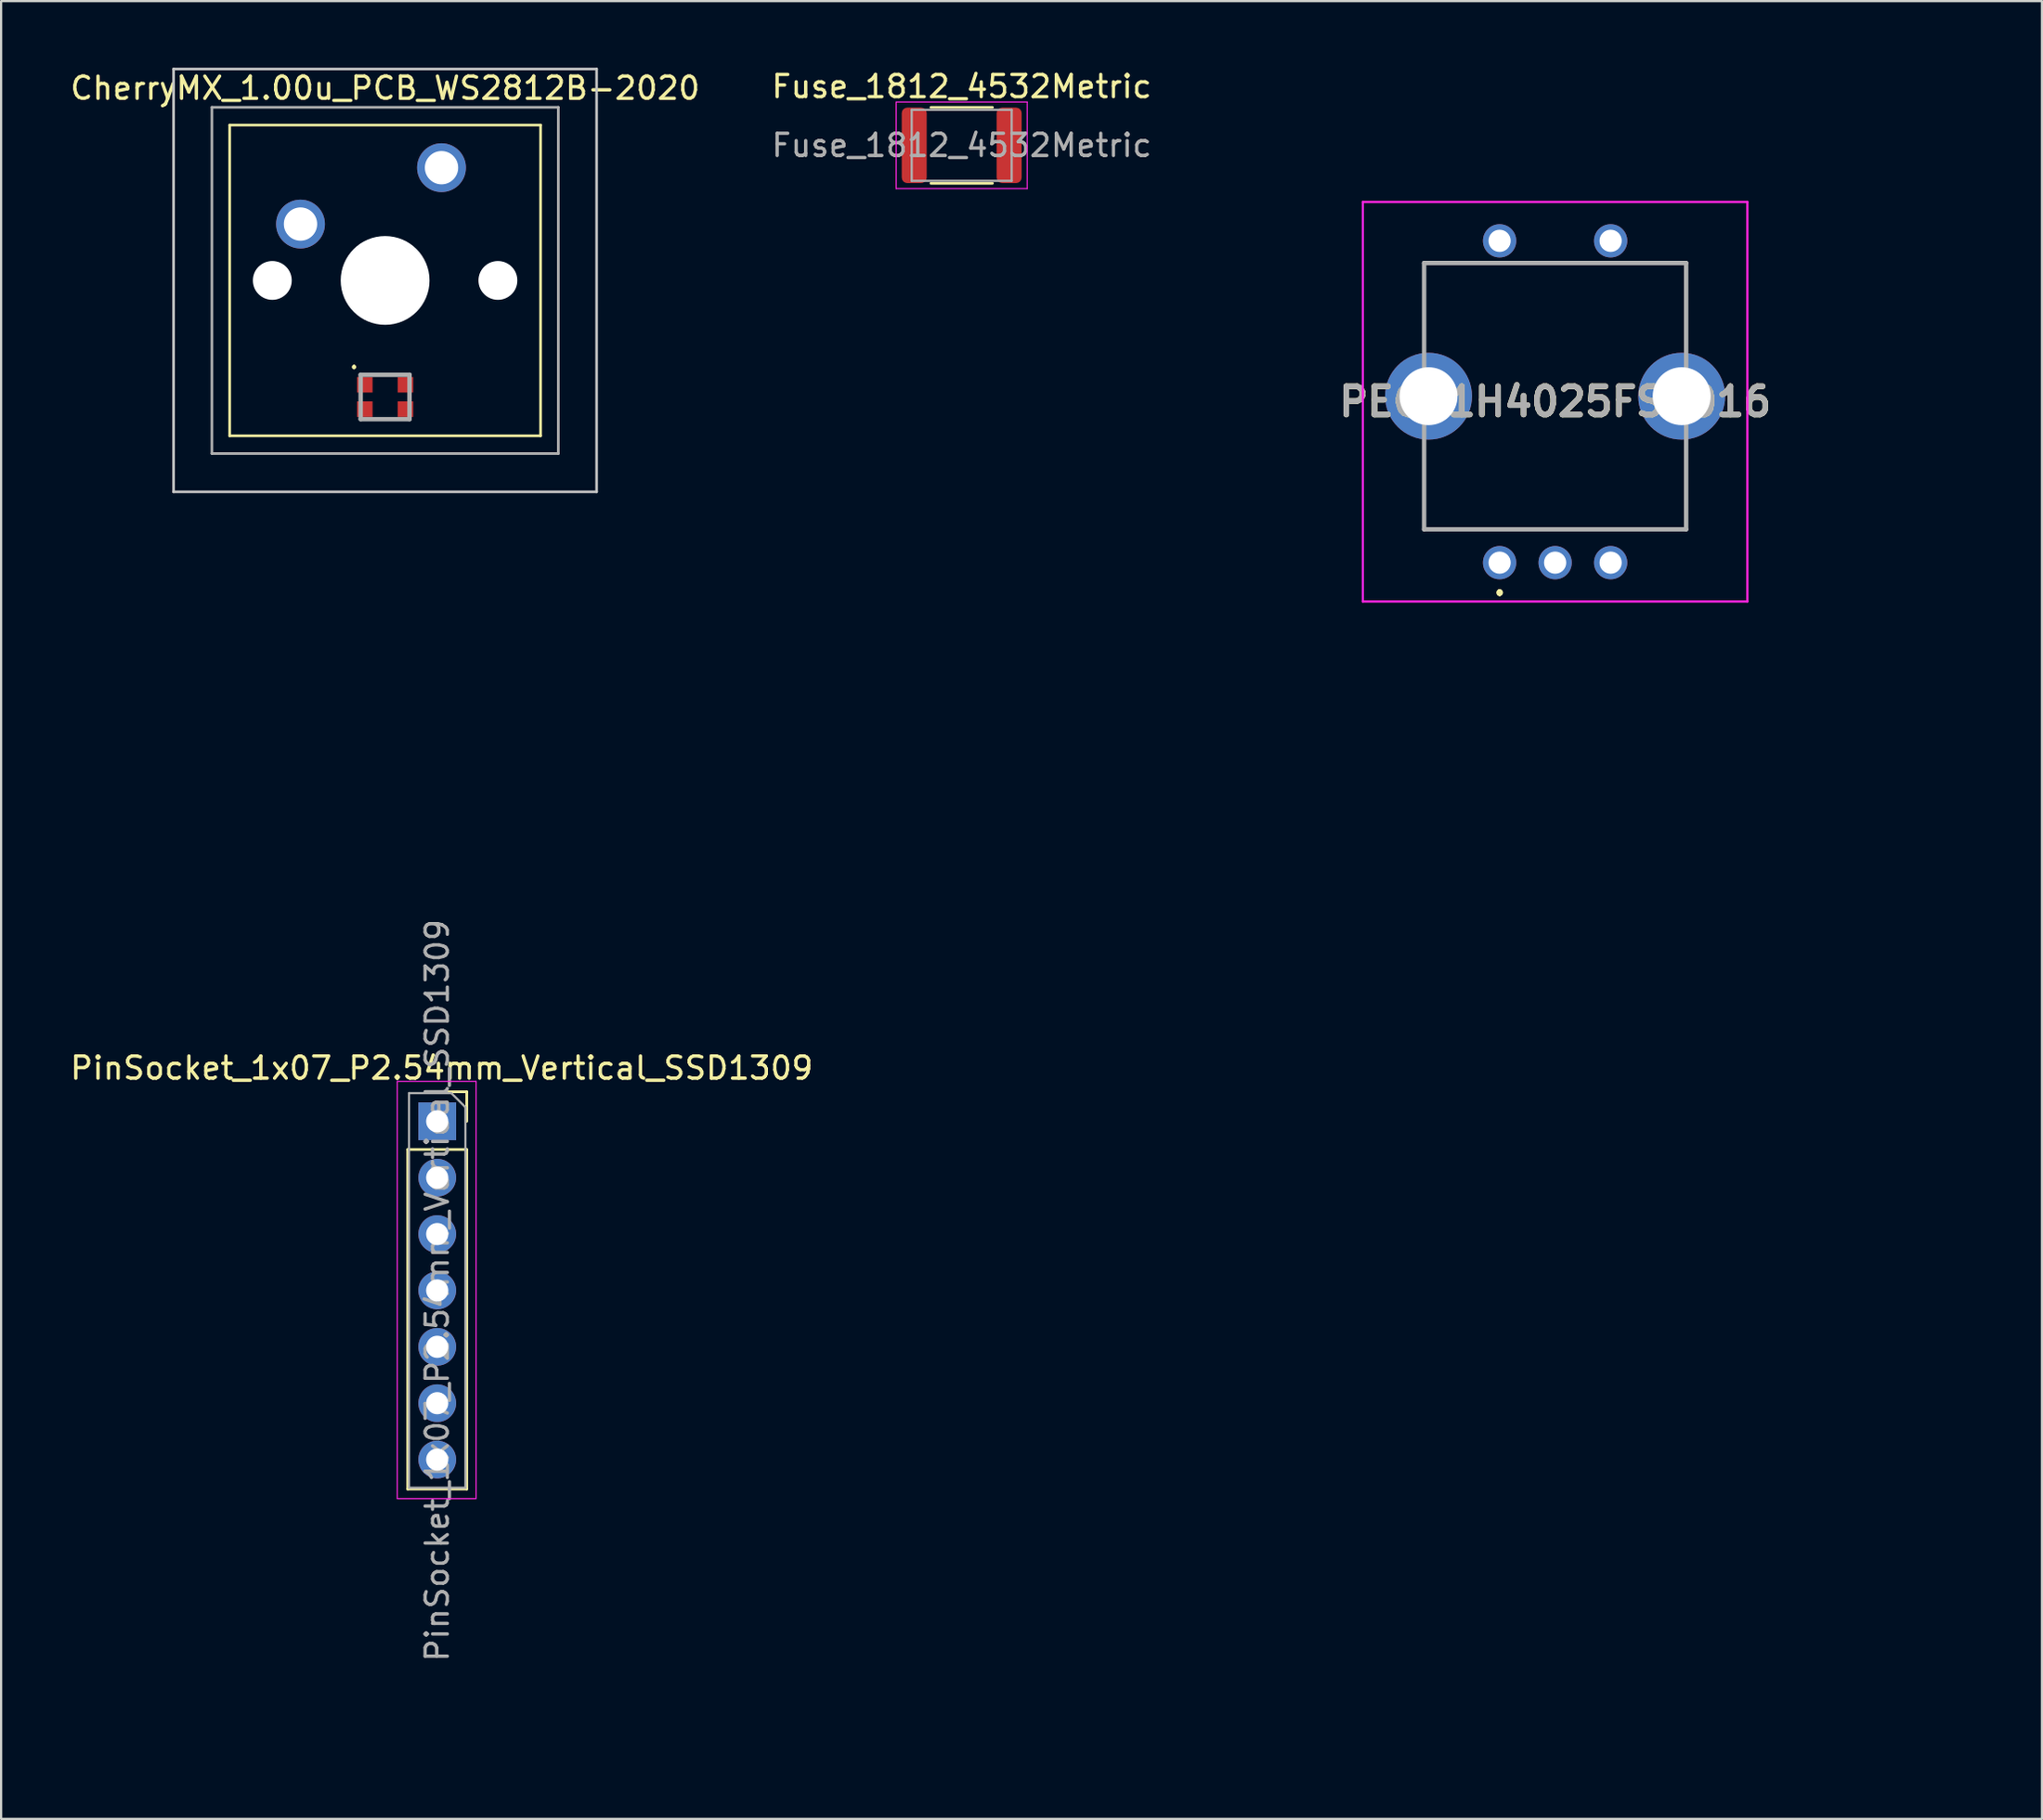
<source format=kicad_pcb>
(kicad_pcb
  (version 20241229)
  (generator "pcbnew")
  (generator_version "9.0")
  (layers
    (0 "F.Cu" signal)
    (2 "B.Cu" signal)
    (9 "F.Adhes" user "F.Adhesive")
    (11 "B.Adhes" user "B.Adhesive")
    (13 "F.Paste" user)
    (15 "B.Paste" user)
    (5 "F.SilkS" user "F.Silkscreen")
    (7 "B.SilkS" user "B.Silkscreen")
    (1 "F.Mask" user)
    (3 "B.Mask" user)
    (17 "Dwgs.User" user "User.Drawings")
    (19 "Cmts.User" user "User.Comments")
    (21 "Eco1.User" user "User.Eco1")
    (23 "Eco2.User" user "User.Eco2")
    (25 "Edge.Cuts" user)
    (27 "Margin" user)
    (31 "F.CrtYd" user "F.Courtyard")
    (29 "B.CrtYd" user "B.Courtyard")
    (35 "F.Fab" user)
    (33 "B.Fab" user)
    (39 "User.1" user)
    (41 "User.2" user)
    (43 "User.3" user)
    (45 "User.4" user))
  (footprint "PinSocket_1x07_P2.54mm_Vertical_SSD1309"
    (layer "F.Cu")
    (at 16.689 48.15)
    (property "Reference" "PinSocket_1x07_P2.54mm_Vertical_SSD1309" (at 0.15 -3.08 0) (layer "F.SilkS") (effects (font (size 1 1) (thickness 0.15))))
    (attr through_hole)
    (fp_line (start -1.38 0.59) (end -1.38 15.89) (stroke (width 0.12) (type solid)) (layer "F.SilkS"))
    (fp_line (start -1.38 0.59) (end 1.28 0.59) (stroke (width 0.12) (type solid)) (layer "F.SilkS"))
    (fp_line (start -1.38 15.89) (end 1.28 15.89) (stroke (width 0.12) (type solid)) (layer "F.SilkS"))
    (fp_line (start -0.05 -2.01) (end 1.28 -2.01) (stroke (width 0.12) (type solid)) (layer "F.SilkS"))
    (fp_line (start 1.28 -2.01) (end 1.28 -0.68) (stroke (width 0.12) (type solid)) (layer "F.SilkS"))
    (fp_line (start 1.28 0.59) (end 1.28 15.89) (stroke (width 0.12) (type solid)) (layer "F.SilkS"))
    (fp_line (start -1.85 -2.48) (end 1.7 -2.48) (stroke (width 0.05) (type solid)) (layer "F.CrtYd"))
    (fp_line (start -1.85 16.32) (end -1.85 -2.48) (stroke (width 0.05) (type solid)) (layer "F.CrtYd"))
    (fp_line (start 1.7 -2.48) (end 1.7 16.32) (stroke (width 0.05) (type solid)) (layer "F.CrtYd"))
    (fp_line (start 1.7 16.32) (end -1.85 16.32) (stroke (width 0.05) (type solid)) (layer "F.CrtYd"))
    (fp_line (start -1.32 -1.95) (end 0.585 -1.95) (stroke (width 0.1) (type solid)) (layer "F.Fab"))
    (fp_line (start -1.32 15.83) (end -1.32 -1.95) (stroke (width 0.1) (type solid)) (layer "F.Fab"))
    (fp_line (start 0.585 -1.95) (end 1.22 -1.315) (stroke (width 0.1) (type solid)) (layer "F.Fab"))
    (fp_line (start 1.22 -1.315) (end 1.22 15.83) (stroke (width 0.1) (type solid)) (layer "F.Fab"))
    (fp_line (start 1.22 15.83) (end -1.32 15.83) (stroke (width 0.1) (type solid)) (layer "F.Fab"))
    (fp_line (start -2.812 -15) (end -2.788 27.7) (stroke (width 0.1) (type dash)) (layer "User.1"))
    (fp_line (start -2.812 -15) (end 69.138 -15) (stroke (width 0.1) (type dash)) (layer "User.1"))
    (fp_line (start -2.788 27.7) (end 69.162 27.7) (stroke (width 0.1) (type dash)) (layer "User.1"))
    (fp_line (start 69.138 -15) (end 69.162 27.7) (stroke (width 0.1) (type dash)) (layer "User.1"))
    (fp_text user "${REFERENCE}" (at -0.05 6.94 90) (layer "F.Fab") (effects (font (size 1 1) (thickness 0.15))))
    (fp_text user "SSD1309" (at 61.45 26.7 0) (unlocked yes) (layer "User.1") (effects (font (size 1 1) (thickness 0.1)) (justify left bottom)))
    (pad "1" thru_hole rect (at -0.05 -0.68) (size 1.7 1.7) (drill 1) (layers "*.Cu" "*.Mask"))
    (pad "2" thru_hole oval (at -0.05 1.86) (size 1.7 1.7) (drill 1) (layers "*.Cu" "*.Mask"))
    (pad "3" thru_hole oval (at -0.05 4.4) (size 1.7 1.7) (drill 1) (layers "*.Cu" "*.Mask"))
    (pad "4" thru_hole oval (at -0.05 6.94) (size 1.7 1.7) (drill 1) (layers "*.Cu" "*.Mask"))
    (pad "5" thru_hole oval (at -0.05 9.48) (size 1.7 1.7) (drill 1) (layers "*.Cu" "*.Mask"))
    (pad "6" thru_hole oval (at -0.05 12.02) (size 1.7 1.7) (drill 1) (layers "*.Cu" "*.Mask"))
    (pad "7" thru_hole oval (at -0.05 14.56) (size 1.7 1.7) (drill 1) (layers "*.Cu" "*.Mask")))
  (footprint "Fuse_1812_4532Metric"
    (layer "F.Cu")
    (at 40.256 3.498)
    (property "Reference" "Fuse_1812_4532Metric" (at 0 -2.65 0) (layer "F.SilkS") (effects (font (size 1 1) (thickness 0.15))))
    (attr smd)
    (fp_line (start -1.386 -1.71) (end 1.386 -1.71) (stroke (width 0.12) (type solid)) (layer "F.SilkS"))
    (fp_line (start -1.386 1.71) (end 1.386 1.71) (stroke (width 0.12) (type solid)) (layer "F.SilkS"))
    (fp_line (start -2.95 -1.95) (end 2.95 -1.95) (stroke (width 0.05) (type solid)) (layer "F.CrtYd"))
    (fp_line (start -2.95 1.95) (end -2.95 -1.95) (stroke (width 0.05) (type solid)) (layer "F.CrtYd"))
    (fp_line (start 2.95 -1.95) (end 2.95 1.95) (stroke (width 0.05) (type solid)) (layer "F.CrtYd"))
    (fp_line (start 2.95 1.95) (end -2.95 1.95) (stroke (width 0.05) (type solid)) (layer "F.CrtYd"))
    (fp_line (start -2.25 -1.6) (end 2.25 -1.6) (stroke (width 0.1) (type solid)) (layer "F.Fab"))
    (fp_line (start -2.25 1.6) (end -2.25 -1.6) (stroke (width 0.1) (type solid)) (layer "F.Fab"))
    (fp_line (start 2.25 -1.6) (end 2.25 1.6) (stroke (width 0.1) (type solid)) (layer "F.Fab"))
    (fp_line (start 2.25 1.6) (end -2.25 1.6) (stroke (width 0.1) (type solid)) (layer "F.Fab"))
    (fp_text user "${REFERENCE}" (at 0 0 0) (layer "F.Fab") (effects (font (size 1 1) (thickness 0.15))))
    (pad "1" smd roundrect (at -2.138 0) (size 1.125 3.4) (layers "F.Cu" "F.Mask" "F.Paste") (roundrect_rratio 0.222))
    (pad "2" smd roundrect (at 2.138 0) (size 1.125 3.4) (layers "F.Cu" "F.Mask" "F.Paste") (roundrect_rratio 0.222)))
  (footprint "CherryMX_1.00u_PCB_WS2812B-2020"
    (layer "F.Cu")
    (at 14.292 9.585)
    (property "Reference" "CherryMX_1.00u_PCB_WS2812B-2020" (at 0 -8.662 0) (layer "F.SilkS") (effects (font (size 1 1) (thickness 0.15))))
    (attr through_hole)
    (fp_line (start -7 -7) (end -7 7) (stroke (width 0.12) (type solid)) (layer "F.SilkS"))
    (fp_line (start -7 -7) (end 7 -7) (stroke (width 0.12) (type solid)) (layer "F.SilkS"))
    (fp_line (start -1.4 3.85) (end -1.4 3.85) (stroke (width 0.1) (type solid)) (layer "F.SilkS"))
    (fp_line (start -1.4 3.95) (end -1.4 3.95) (stroke (width 0.1) (type solid)) (layer "F.SilkS"))
    (fp_line (start 7 -7) (end 7 7) (stroke (width 0.12) (type solid)) (layer "F.SilkS"))
    (fp_line (start 7 7) (end -7 7) (stroke (width 0.12) (type solid)) (layer "F.SilkS"))
    (fp_arc (start -1.4 3.85) (mid -1.35 3.9) (end -1.4 3.95) (stroke (width 0.1) (type solid)) (layer "F.SilkS"))
    (fp_arc (start -1.4 3.95) (mid -1.45 3.9) (end -1.4 3.85) (stroke (width 0.1) (type solid)) (layer "F.SilkS"))
    (fp_line (start -9.525 -9.525) (end 9.525 -9.525) (stroke (width 0.12) (type solid)) (layer "Dwgs.User"))
    (fp_line (start -9.525 9.525) (end -9.525 -9.525) (stroke (width 0.12) (type solid)) (layer "Dwgs.User"))
    (fp_line (start 9.525 -9.525) (end 9.525 9.525) (stroke (width 0.12) (type solid)) (layer "Dwgs.User"))
    (fp_line (start 9.525 9.525) (end -9.525 9.525) (stroke (width 0.12) (type solid)) (layer "Dwgs.User"))
    (fp_line (start -7.8 -7.8) (end -7.8 7.8) (stroke (width 0.12) (type solid)) (layer "F.Fab"))
    (fp_line (start -7.8 -7.8) (end 7.8 -7.8) (stroke (width 0.12) (type solid)) (layer "F.Fab"))
    (fp_line (start -7.8 7.8) (end 7.8 7.8) (stroke (width 0.12) (type solid)) (layer "F.Fab"))
    (fp_line (start -1.1 4.25) (end 1.1 4.25) (stroke (width 0.2) (type solid)) (layer "F.Fab"))
    (fp_line (start -1.1 6.25) (end -1.1 4.25) (stroke (width 0.2) (type solid)) (layer "F.Fab"))
    (fp_line (start 1.1 4.25) (end 1.1 6.25) (stroke (width 0.2) (type solid)) (layer "F.Fab"))
    (fp_line (start 1.1 6.25) (end -1.1 6.25) (stroke (width 0.2) (type solid)) (layer "F.Fab"))
    (fp_line (start 7.8 -7.8) (end 7.8 7.8) (stroke (width 0.12) (type solid)) (layer "F.Fab"))
    (pad "" np_thru_hole circle (at -5.08 0) (size 1.75 1.75) (drill 1.75) (layers "*.Cu" "*.Mask"))
    (pad "" np_thru_hole circle (at 0 0) (size 4 4) (drill 4) (layers "*.Cu" "*.Mask"))
    (pad "" np_thru_hole circle (at 5.08 0) (size 1.75 1.75) (drill 1.75) (layers "*.Cu" "*.Mask"))
    (pad "1" thru_hole circle (at -3.81 -2.54) (size 2.2 2.2) (drill 1.5) (layers "*.Cu" "*.Mask"))
    (pad "2" thru_hole circle (at 2.54 -5.08) (size 2.2 2.2) (drill 1.5) (layers "*.Cu" "*.Mask"))
    (pad "3" smd rect (at 0.915 4.7 90) (size 0.7 0.7) (layers "F.Cu" "F.Mask" "F.Paste"))
    (pad "4" smd rect (at -0.915 4.7 90) (size 0.7 0.7) (layers "F.Cu" "F.Mask" "F.Paste"))
    (pad "5" smd rect (at 0.915 5.8 90) (size 0.7 0.7) (layers "F.Cu" "F.Mask" "F.Paste"))
    (pad "6" smd rect (at -0.915 5.8 90) (size 0.7 0.7) (layers "F.Cu" "F.Mask" "F.Paste")))
  (footprint "PEC11H4025FS0016"
    (layer "F.Cu")
    (at 66.979 15.05)
    (property "Reference" "PEC11H4025FS0016" (at 0 0 0) (layer "F.SilkS") (effects (font (size 1.27 1.27) (thickness 0.254))))
    (attr through_hole)
    (fp_line (start -5.9 -6.25) (end -5.9 -6.25) (stroke (width 0.1) (type solid)) (layer "F.SilkS"))
    (fp_line (start -5.9 -6.25) (end -5.9 -6.25) (stroke (width 0.1) (type solid)) (layer "F.SilkS"))
    (fp_line (start -5.9 -6.25) (end -5.9 -2.5) (stroke (width 0.1) (type solid)) (layer "F.SilkS"))
    (fp_line (start -5.9 -6.25) (end -3.5 -6.25) (stroke (width 0.1) (type solid)) (layer "F.SilkS"))
    (fp_line (start -5.9 -2.5) (end -5.9 -6.25) (stroke (width 0.1) (type solid)) (layer "F.SilkS"))
    (fp_line (start -5.9 -2.5) (end -5.9 -2.5) (stroke (width 0.1) (type solid)) (layer "F.SilkS"))
    (fp_line (start -5.9 2) (end -5.9 2) (stroke (width 0.1) (type solid)) (layer "F.SilkS"))
    (fp_line (start -5.9 2) (end -5.9 5.75) (stroke (width 0.1) (type solid)) (layer "F.SilkS"))
    (fp_line (start -5.9 5.75) (end -5.9 2) (stroke (width 0.1) (type solid)) (layer "F.SilkS"))
    (fp_line (start -5.9 5.75) (end -5.9 5.75) (stroke (width 0.1) (type solid)) (layer "F.SilkS"))
    (fp_line (start -5.9 5.75) (end -5.9 5.75) (stroke (width 0.1) (type solid)) (layer "F.SilkS"))
    (fp_line (start -5.9 5.75) (end 5.9 5.75) (stroke (width 0.1) (type solid)) (layer "F.SilkS"))
    (fp_line (start -3.5 -6.25) (end -5.9 -6.25) (stroke (width 0.1) (type solid)) (layer "F.SilkS"))
    (fp_line (start -3.5 -6.25) (end -3.5 -6.25) (stroke (width 0.1) (type solid)) (layer "F.SilkS"))
    (fp_line (start -2.5 8.55) (end -2.5 8.55) (stroke (width 0.2) (type solid)) (layer "F.SilkS"))
    (fp_line (start -2.5 8.65) (end -2.5 8.65) (stroke (width 0.2) (type solid)) (layer "F.SilkS"))
    (fp_line (start -2.5 8.65) (end -2.5 8.65) (stroke (width 0.2) (type solid)) (layer "F.SilkS"))
    (fp_line (start -1.5 -6.25) (end -1.5 -6.25) (stroke (width 0.1) (type solid)) (layer "F.SilkS"))
    (fp_line (start -1.5 -6.25) (end 1.5 -6.25) (stroke (width 0.1) (type solid)) (layer "F.SilkS"))
    (fp_line (start 1.5 -6.25) (end -1.5 -6.25) (stroke (width 0.1) (type solid)) (layer "F.SilkS"))
    (fp_line (start 1.5 -6.25) (end 1.5 -6.25) (stroke (width 0.1) (type solid)) (layer "F.SilkS"))
    (fp_line (start 3.5 -6.25) (end 3.5 -6.25) (stroke (width 0.1) (type solid)) (layer "F.SilkS"))
    (fp_line (start 3.5 -6.25) (end 5.9 -6.25) (stroke (width 0.1) (type solid)) (layer "F.SilkS"))
    (fp_line (start 5.9 -6.25) (end 3.5 -6.25) (stroke (width 0.1) (type solid)) (layer "F.SilkS"))
    (fp_line (start 5.9 -6.25) (end 5.9 -6.25) (stroke (width 0.1) (type solid)) (layer "F.SilkS"))
    (fp_line (start 5.9 -6.25) (end 5.9 -6.25) (stroke (width 0.1) (type solid)) (layer "F.SilkS"))
    (fp_line (start 5.9 -6.25) (end 5.9 -2.5) (stroke (width 0.1) (type solid)) (layer "F.SilkS"))
    (fp_line (start 5.9 -2.5) (end 5.9 -6.25) (stroke (width 0.1) (type solid)) (layer "F.SilkS"))
    (fp_line (start 5.9 -2.5) (end 5.9 -2.5) (stroke (width 0.1) (type solid)) (layer "F.SilkS"))
    (fp_line (start 5.9 2) (end 5.9 2) (stroke (width 0.1) (type solid)) (layer "F.SilkS"))
    (fp_line (start 5.9 2) (end 5.9 5.75) (stroke (width 0.1) (type solid)) (layer "F.SilkS"))
    (fp_line (start 5.9 5.75) (end -5.9 5.75) (stroke (width 0.1) (type solid)) (layer "F.SilkS"))
    (fp_line (start 5.9 5.75) (end 5.9 2) (stroke (width 0.1) (type solid)) (layer "F.SilkS"))
    (fp_line (start 5.9 5.75) (end 5.9 5.75) (stroke (width 0.1) (type solid)) (layer "F.SilkS"))
    (fp_line (start 5.9 5.75) (end 5.9 5.75) (stroke (width 0.1) (type solid)) (layer "F.SilkS"))
    (fp_arc (start -2.5 8.55) (mid -2.45 8.6) (end -2.5 8.65) (stroke (width 0.2) (type solid)) (layer "F.SilkS"))
    (fp_arc (start -2.5 8.55) (mid -2.45 8.6) (end -2.5 8.65) (stroke (width 0.2) (type solid)) (layer "F.SilkS"))
    (fp_arc (start -2.5 8.65) (mid -2.55 8.6) (end -2.5 8.55) (stroke (width 0.2) (type solid)) (layer "F.SilkS"))
    (fp_line (start -8.658 -9) (end 8.657 -9) (stroke (width 0.1) (type solid)) (layer "F.CrtYd"))
    (fp_line (start -8.658 9) (end -8.658 -9) (stroke (width 0.1) (type solid)) (layer "F.CrtYd"))
    (fp_line (start 8.657 -9) (end 8.657 9) (stroke (width 0.1) (type solid)) (layer "F.CrtYd"))
    (fp_line (start 8.657 9) (end -8.658 9) (stroke (width 0.1) (type solid)) (layer "F.CrtYd"))
    (fp_line (start -5.9 -6.25) (end -5.9 5.75) (stroke (width 0.2) (type solid)) (layer "F.Fab"))
    (fp_line (start -5.9 5.75) (end 5.9 5.75) (stroke (width 0.2) (type solid)) (layer "F.Fab"))
    (fp_line (start 5.9 -6.25) (end -5.9 -6.25) (stroke (width 0.2) (type solid)) (layer "F.Fab"))
    (fp_line (start 5.9 5.75) (end 5.9 -6.25) (stroke (width 0.2) (type solid)) (layer "F.Fab"))
    (fp_circle (center 0 0) (end 15 0) (stroke (width 0.1) (type dash)) (fill no) (layer "User.1"))
    (fp_text user "${REFERENCE}" (at 0 0 0) (layer "F.Fab") (effects (font (size 1.27 1.27) (thickness 0.254))))
    (fp_text user "Knob" (at 0 14.75 0) (unlocked yes) (layer "User.1") (effects (font (size 1 1) (thickness 0.1)) (justify bottom)))
    (pad "A1" thru_hole circle (at -2.5 7.25) (size 1.5 1.5) (drill 1) (layers "*.Cu" "*.Mask"))
    (pad "B1" thru_hole circle (at 2.5 7.25) (size 1.5 1.5) (drill 1) (layers "*.Cu" "*.Mask"))
    (pad "C1" thru_hole circle (at 0 7.25) (size 1.5 1.5) (drill 1) (layers "*.Cu" "*.Mask"))
    (pad "MH1" thru_hole circle (at -5.7 -0.25) (size 3.915 3.915) (drill 2.61) (layers "*.Cu" "*.Mask"))
    (pad "MH2" thru_hole circle (at 5.7 -0.25) (size 3.915 3.915) (drill 2.61) (layers "*.Cu" "*.Mask"))
    (pad "S1" thru_hole circle (at -2.5 -7.25) (size 1.5 1.5) (drill 1) (layers "*.Cu" "*.Mask"))
    (pad "W1" thru_hole circle (at 2.5 -7.25) (size 1.5 1.5) (drill 1) (layers "*.Cu" "*.Mask")))
  (gr_rect
    (start -3 -3)
    (end 88.902 78.9)
    (stroke (width 0.1) (type default))
    (fill no)
    (layer "Edge.Cuts")))
</source>
